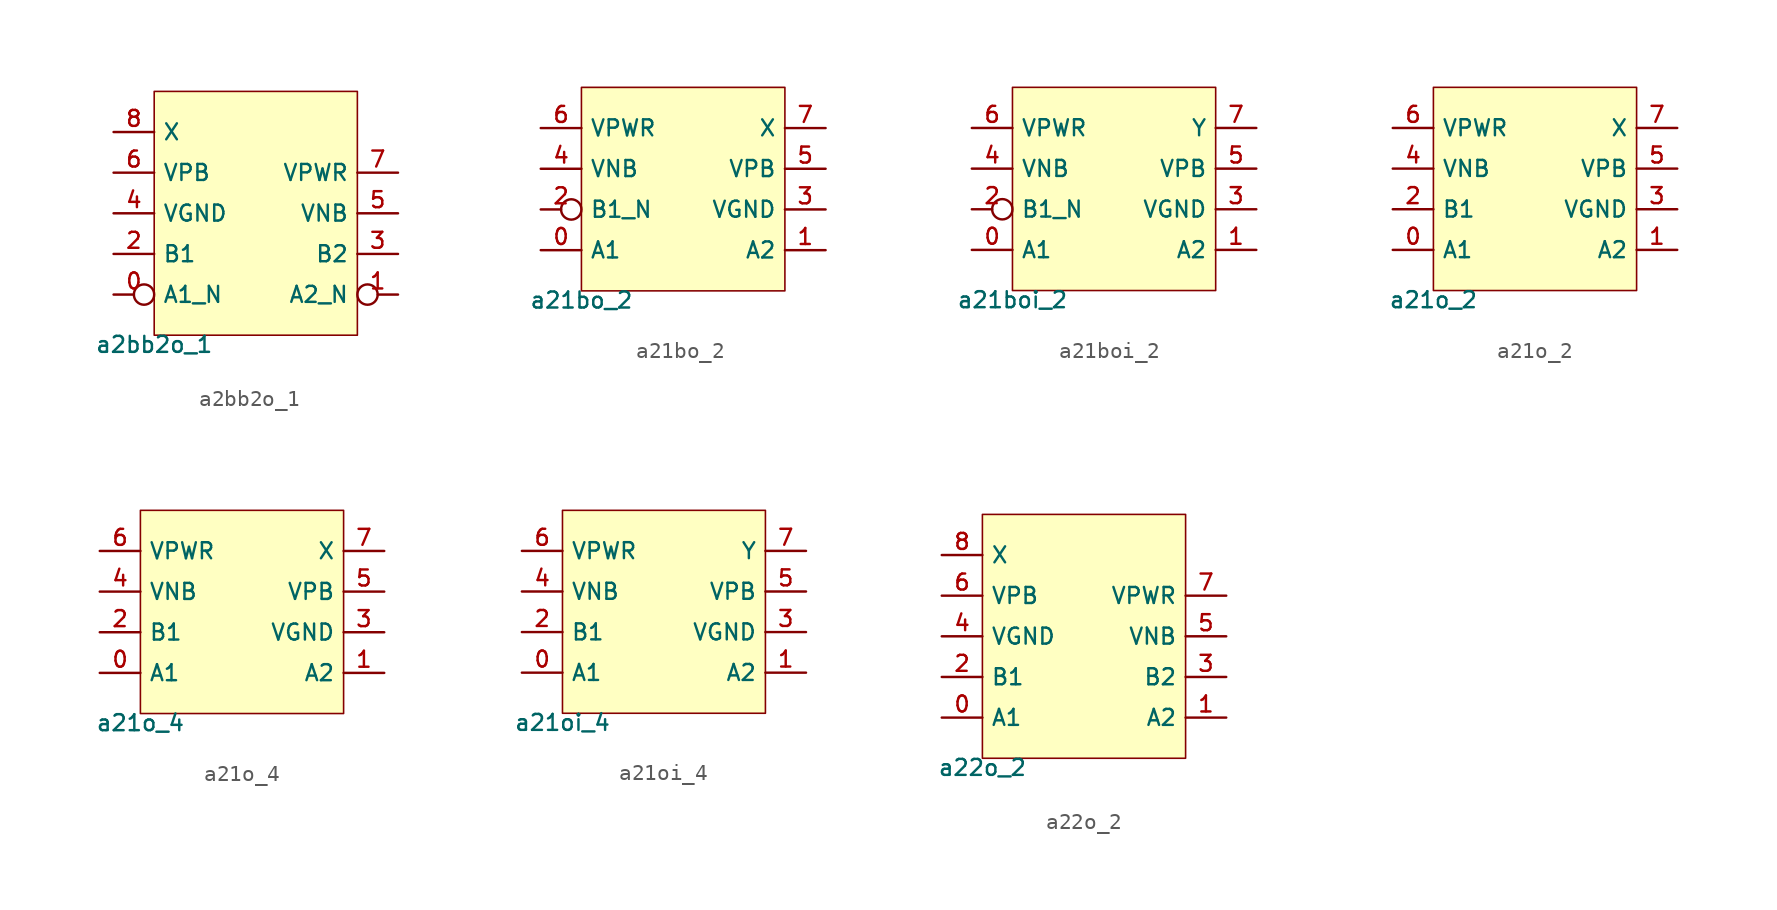
<source format=kicad_sym>
(kicad_symbol_lib
  (version 20211014)
  (generator pdk2kicad)
  (symbol "a2bb2o_1"
    (property "Reference" "X"
      (at 0 0 0)
      (effects (font (size 1 1)) hide))
    (property "Value" "a2bb2o_1"
      (at -6.35 -7.62 0)
      (effects (font (size 1 1)) (justify top)))
    (rectangle
      (start -6.35 -7.62)
      (end 6.35 7.62)
      (stroke (width 0.1) (type solid) (color 0 0 0 0))
      (fill (type background)))
    (pin bidirectional inverted
      (at -8.89 -5.08 0)
      (length 2.54)
      (name "A1_N" (effects (font (size 1 1)) hide))
      (number "0" (effects (font (size 1 1)) hide)))
    (pin bidirectional inverted
      (at 8.89 -5.08 180)
      (length 2.54)
      (name "A2_N" (effects (font (size 1 1)) hide))
      (number "1" (effects (font (size 1 1)) hide)))
    (pin bidirectional line
      (at -8.89 -2.54 0)
      (length 2.54)
      (name "B1" (effects (font (size 1 1)) hide))
      (number "2" (effects (font (size 1 1)) hide)))
    (pin bidirectional line
      (at 8.89 -2.54 180)
      (length 2.54)
      (name "B2" (effects (font (size 1 1)) hide))
      (number "3" (effects (font (size 1 1)) hide)))
    (pin bidirectional line
      (at -8.89 8.881784197001252e-16 0)
      (length 2.54)
      (name "VGND" (effects (font (size 1 1)) hide))
      (number "4" (effects (font (size 1 1)) hide)))
    (pin bidirectional line
      (at 8.89 8.881784197001252e-16 180)
      (length 2.54)
      (name "VNB" (effects (font (size 1 1)) hide))
      (number "5" (effects (font (size 1 1)) hide)))
    (pin bidirectional line
      (at -8.89 2.54 0)
      (length 2.54)
      (name "VPB" (effects (font (size 1 1)) hide))
      (number "6" (effects (font (size 1 1)) hide)))
    (pin bidirectional line
      (at 8.89 2.54 180)
      (length 2.54)
      (name "VPWR" (effects (font (size 1 1)) hide))
      (number "7" (effects (font (size 1 1)) hide)))
    (pin bidirectional line
      (at -8.89 5.08 0)
      (length 2.54)
      (name "X" (effects (font (size 1 1)) hide))
      (number "8" (effects (font (size 1 1)) hide))))
  (symbol "a21bo_2"
    (property "Reference" "X"
      (at 0 0 0)
      (effects (font (size 1 1)) hide))
    (property "Value" "a21bo_2"
      (at -6.35 -6.35 0)
      (effects (font (size 1 1)) (justify top)))
    (rectangle
      (start -6.35 -6.35)
      (end 6.35 6.35)
      (stroke (width 0.1) (type solid) (color 0 0 0 0))
      (fill (type background)))
    (pin bidirectional line
      (at -8.89 -3.81 0)
      (length 2.54)
      (name "A1" (effects (font (size 1 1)) hide))
      (number "0" (effects (font (size 1 1)) hide)))
    (pin bidirectional line
      (at 8.89 -3.81 180)
      (length 2.54)
      (name "A2" (effects (font (size 1 1)) hide))
      (number "1" (effects (font (size 1 1)) hide)))
    (pin bidirectional inverted
      (at -8.89 -1.27 0)
      (length 2.54)
      (name "B1_N" (effects (font (size 1 1)) hide))
      (number "2" (effects (font (size 1 1)) hide)))
    (pin bidirectional line
      (at 8.89 -1.27 180)
      (length 2.54)
      (name "VGND" (effects (font (size 1 1)) hide))
      (number "3" (effects (font (size 1 1)) hide)))
    (pin bidirectional line
      (at -8.89 1.27 0)
      (length 2.54)
      (name "VNB" (effects (font (size 1 1)) hide))
      (number "4" (effects (font (size 1 1)) hide)))
    (pin bidirectional line
      (at 8.89 1.27 180)
      (length 2.54)
      (name "VPB" (effects (font (size 1 1)) hide))
      (number "5" (effects (font (size 1 1)) hide)))
    (pin bidirectional line
      (at -8.89 3.81 0)
      (length 2.54)
      (name "VPWR" (effects (font (size 1 1)) hide))
      (number "6" (effects (font (size 1 1)) hide)))
    (pin bidirectional line
      (at 8.89 3.81 180)
      (length 2.54)
      (name "X" (effects (font (size 1 1)) hide))
      (number "7" (effects (font (size 1 1)) hide))))
  (symbol "a21boi_2"
    (property "Reference" "X"
      (at 0 0 0)
      (effects (font (size 1 1)) hide))
    (property "Value" "a21boi_2"
      (at -6.35 -6.35 0)
      (effects (font (size 1 1)) (justify top)))
    (rectangle
      (start -6.35 -6.35)
      (end 6.35 6.35)
      (stroke (width 0.1) (type solid) (color 0 0 0 0))
      (fill (type background)))
    (pin bidirectional line
      (at -8.89 -3.81 0)
      (length 2.54)
      (name "A1" (effects (font (size 1 1)) hide))
      (number "0" (effects (font (size 1 1)) hide)))
    (pin bidirectional line
      (at 8.89 -3.81 180)
      (length 2.54)
      (name "A2" (effects (font (size 1 1)) hide))
      (number "1" (effects (font (size 1 1)) hide)))
    (pin bidirectional inverted
      (at -8.89 -1.27 0)
      (length 2.54)
      (name "B1_N" (effects (font (size 1 1)) hide))
      (number "2" (effects (font (size 1 1)) hide)))
    (pin bidirectional line
      (at 8.89 -1.27 180)
      (length 2.54)
      (name "VGND" (effects (font (size 1 1)) hide))
      (number "3" (effects (font (size 1 1)) hide)))
    (pin bidirectional line
      (at -8.89 1.27 0)
      (length 2.54)
      (name "VNB" (effects (font (size 1 1)) hide))
      (number "4" (effects (font (size 1 1)) hide)))
    (pin bidirectional line
      (at 8.89 1.27 180)
      (length 2.54)
      (name "VPB" (effects (font (size 1 1)) hide))
      (number "5" (effects (font (size 1 1)) hide)))
    (pin bidirectional line
      (at -8.89 3.81 0)
      (length 2.54)
      (name "VPWR" (effects (font (size 1 1)) hide))
      (number "6" (effects (font (size 1 1)) hide)))
    (pin bidirectional line
      (at 8.89 3.81 180)
      (length 2.54)
      (name "Y" (effects (font (size 1 1)) hide))
      (number "7" (effects (font (size 1 1)) hide))))
  (symbol "a21o_2"
    (property "Reference" "X"
      (at 0 0 0)
      (effects (font (size 1 1)) hide))
    (property "Value" "a21o_2"
      (at -6.35 -6.35 0)
      (effects (font (size 1 1)) (justify top)))
    (rectangle
      (start -6.35 -6.35)
      (end 6.35 6.35)
      (stroke (width 0.1) (type solid) (color 0 0 0 0))
      (fill (type background)))
    (pin bidirectional line
      (at -8.89 -3.81 0)
      (length 2.54)
      (name "A1" (effects (font (size 1 1)) hide))
      (number "0" (effects (font (size 1 1)) hide)))
    (pin bidirectional line
      (at 8.89 -3.81 180)
      (length 2.54)
      (name "A2" (effects (font (size 1 1)) hide))
      (number "1" (effects (font (size 1 1)) hide)))
    (pin bidirectional line
      (at -8.89 -1.27 0)
      (length 2.54)
      (name "B1" (effects (font (size 1 1)) hide))
      (number "2" (effects (font (size 1 1)) hide)))
    (pin bidirectional line
      (at 8.89 -1.27 180)
      (length 2.54)
      (name "VGND" (effects (font (size 1 1)) hide))
      (number "3" (effects (font (size 1 1)) hide)))
    (pin bidirectional line
      (at -8.89 1.27 0)
      (length 2.54)
      (name "VNB" (effects (font (size 1 1)) hide))
      (number "4" (effects (font (size 1 1)) hide)))
    (pin bidirectional line
      (at 8.89 1.27 180)
      (length 2.54)
      (name "VPB" (effects (font (size 1 1)) hide))
      (number "5" (effects (font (size 1 1)) hide)))
    (pin bidirectional line
      (at -8.89 3.81 0)
      (length 2.54)
      (name "VPWR" (effects (font (size 1 1)) hide))
      (number "6" (effects (font (size 1 1)) hide)))
    (pin bidirectional line
      (at 8.89 3.81 180)
      (length 2.54)
      (name "X" (effects (font (size 1 1)) hide))
      (number "7" (effects (font (size 1 1)) hide))))
  (symbol "a21o_4"
    (property "Reference" "X"
      (at 0 0 0)
      (effects (font (size 1 1)) hide))
    (property "Value" "a21o_4"
      (at -6.35 -6.35 0)
      (effects (font (size 1 1)) (justify top)))
    (rectangle
      (start -6.35 -6.35)
      (end 6.35 6.35)
      (stroke (width 0.1) (type solid) (color 0 0 0 0))
      (fill (type background)))
    (pin bidirectional line
      (at -8.89 -3.81 0)
      (length 2.54)
      (name "A1" (effects (font (size 1 1)) hide))
      (number "0" (effects (font (size 1 1)) hide)))
    (pin bidirectional line
      (at 8.89 -3.81 180)
      (length 2.54)
      (name "A2" (effects (font (size 1 1)) hide))
      (number "1" (effects (font (size 1 1)) hide)))
    (pin bidirectional line
      (at -8.89 -1.27 0)
      (length 2.54)
      (name "B1" (effects (font (size 1 1)) hide))
      (number "2" (effects (font (size 1 1)) hide)))
    (pin bidirectional line
      (at 8.89 -1.27 180)
      (length 2.54)
      (name "VGND" (effects (font (size 1 1)) hide))
      (number "3" (effects (font (size 1 1)) hide)))
    (pin bidirectional line
      (at -8.89 1.27 0)
      (length 2.54)
      (name "VNB" (effects (font (size 1 1)) hide))
      (number "4" (effects (font (size 1 1)) hide)))
    (pin bidirectional line
      (at 8.89 1.27 180)
      (length 2.54)
      (name "VPB" (effects (font (size 1 1)) hide))
      (number "5" (effects (font (size 1 1)) hide)))
    (pin bidirectional line
      (at -8.89 3.81 0)
      (length 2.54)
      (name "VPWR" (effects (font (size 1 1)) hide))
      (number "6" (effects (font (size 1 1)) hide)))
    (pin bidirectional line
      (at 8.89 3.81 180)
      (length 2.54)
      (name "X" (effects (font (size 1 1)) hide))
      (number "7" (effects (font (size 1 1)) hide))))
  (symbol "a21oi_4"
    (property "Reference" "X"
      (at 0 0 0)
      (effects (font (size 1 1)) hide))
    (property "Value" "a21oi_4"
      (at -6.35 -6.35 0)
      (effects (font (size 1 1)) (justify top)))
    (rectangle
      (start -6.35 -6.35)
      (end 6.35 6.35)
      (stroke (width 0.1) (type solid) (color 0 0 0 0))
      (fill (type background)))
    (pin bidirectional line
      (at -8.89 -3.81 0)
      (length 2.54)
      (name "A1" (effects (font (size 1 1)) hide))
      (number "0" (effects (font (size 1 1)) hide)))
    (pin bidirectional line
      (at 8.89 -3.81 180)
      (length 2.54)
      (name "A2" (effects (font (size 1 1)) hide))
      (number "1" (effects (font (size 1 1)) hide)))
    (pin bidirectional line
      (at -8.89 -1.27 0)
      (length 2.54)
      (name "B1" (effects (font (size 1 1)) hide))
      (number "2" (effects (font (size 1 1)) hide)))
    (pin bidirectional line
      (at 8.89 -1.27 180)
      (length 2.54)
      (name "VGND" (effects (font (size 1 1)) hide))
      (number "3" (effects (font (size 1 1)) hide)))
    (pin bidirectional line
      (at -8.89 1.27 0)
      (length 2.54)
      (name "VNB" (effects (font (size 1 1)) hide))
      (number "4" (effects (font (size 1 1)) hide)))
    (pin bidirectional line
      (at 8.89 1.27 180)
      (length 2.54)
      (name "VPB" (effects (font (size 1 1)) hide))
      (number "5" (effects (font (size 1 1)) hide)))
    (pin bidirectional line
      (at -8.89 3.81 0)
      (length 2.54)
      (name "VPWR" (effects (font (size 1 1)) hide))
      (number "6" (effects (font (size 1 1)) hide)))
    (pin bidirectional line
      (at 8.89 3.81 180)
      (length 2.54)
      (name "Y" (effects (font (size 1 1)) hide))
      (number "7" (effects (font (size 1 1)) hide))))
  (symbol "a22o_2"
    (property "Reference" "X"
      (at 0 0 0)
      (effects (font (size 1 1)) hide))
    (property "Value" "a22o_2"
      (at -6.35 -7.62 0)
      (effects (font (size 1 1)) (justify top)))
    (rectangle
      (start -6.35 -7.62)
      (end 6.35 7.62)
      (stroke (width 0.1) (type solid) (color 0 0 0 0))
      (fill (type background)))
    (pin bidirectional line
      (at -8.89 -5.08 0)
      (length 2.54)
      (name "A1" (effects (font (size 1 1)) hide))
      (number "0" (effects (font (size 1 1)) hide)))
    (pin bidirectional line
      (at 8.89 -5.08 180)
      (length 2.54)
      (name "A2" (effects (font (size 1 1)) hide))
      (number "1" (effects (font (size 1 1)) hide)))
    (pin bidirectional line
      (at -8.89 -2.54 0)
      (length 2.54)
      (name "B1" (effects (font (size 1 1)) hide))
      (number "2" (effects (font (size 1 1)) hide)))
    (pin bidirectional line
      (at 8.89 -2.54 180)
      (length 2.54)
      (name "B2" (effects (font (size 1 1)) hide))
      (number "3" (effects (font (size 1 1)) hide)))
    (pin bidirectional line
      (at -8.89 8.881784197001252e-16 0)
      (length 2.54)
      (name "VGND" (effects (font (size 1 1)) hide))
      (number "4" (effects (font (size 1 1)) hide)))
    (pin bidirectional line
      (at 8.89 8.881784197001252e-16 180)
      (length 2.54)
      (name "VNB" (effects (font (size 1 1)) hide))
      (number "5" (effects (font (size 1 1)) hide)))
    (pin bidirectional line
      (at -8.89 2.54 0)
      (length 2.54)
      (name "VPB" (effects (font (size 1 1)) hide))
      (number "6" (effects (font (size 1 1)) hide)))
    (pin bidirectional line
      (at 8.89 2.54 180)
      (length 2.54)
      (name "VPWR" (effects (font (size 1 1)) hide))
      (number "7" (effects (font (size 1 1)) hide)))
    (pin bidirectional line
      (at -8.89 5.08 0)
      (length 2.54)
      (name "X" (effects (font (size 1 1)) hide))
      (number "8" (effects (font (size 1 1)) hide)))))
</source>
